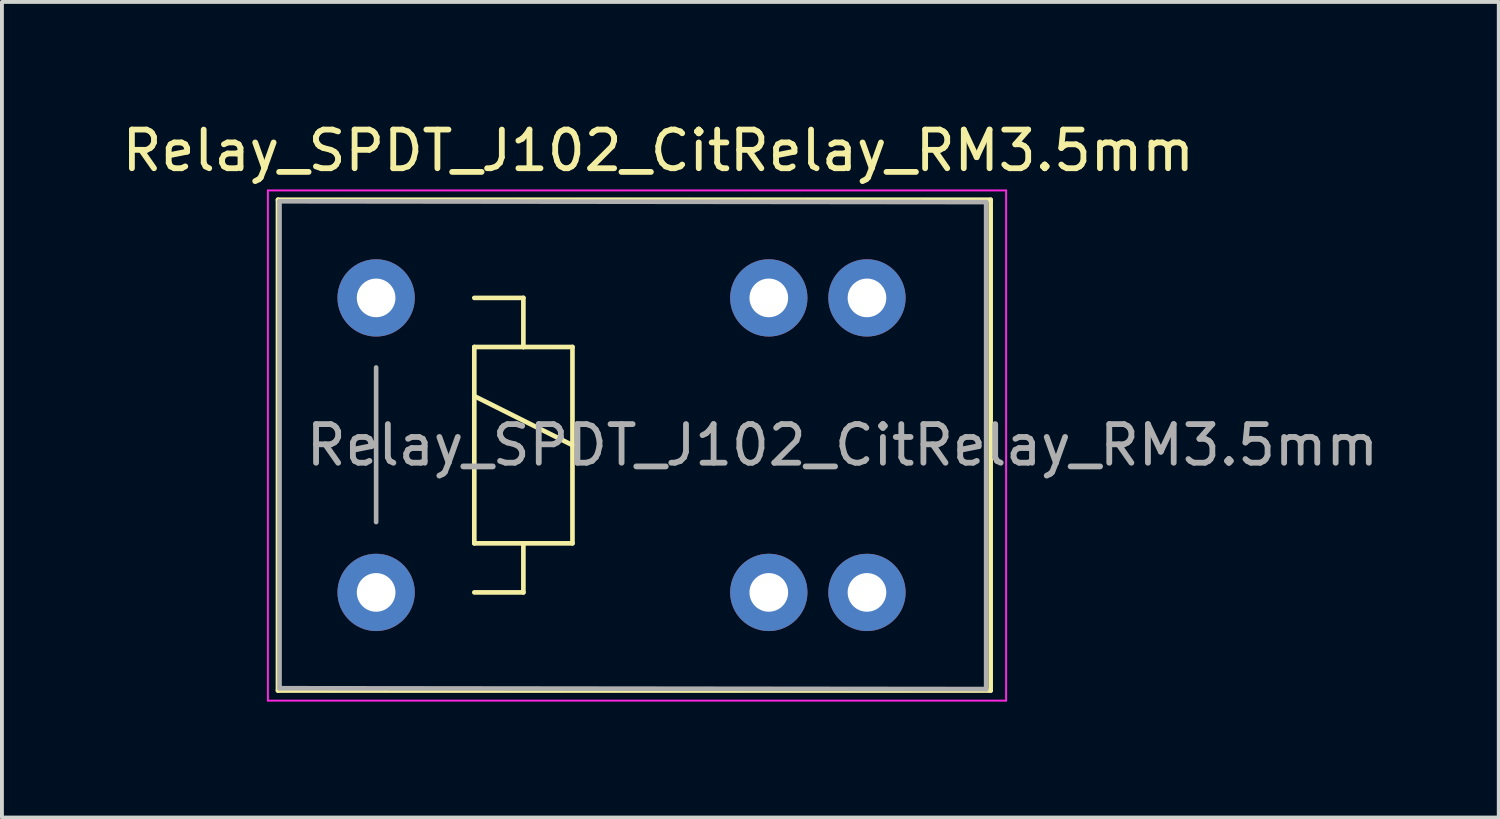
<source format=kicad_pcb>
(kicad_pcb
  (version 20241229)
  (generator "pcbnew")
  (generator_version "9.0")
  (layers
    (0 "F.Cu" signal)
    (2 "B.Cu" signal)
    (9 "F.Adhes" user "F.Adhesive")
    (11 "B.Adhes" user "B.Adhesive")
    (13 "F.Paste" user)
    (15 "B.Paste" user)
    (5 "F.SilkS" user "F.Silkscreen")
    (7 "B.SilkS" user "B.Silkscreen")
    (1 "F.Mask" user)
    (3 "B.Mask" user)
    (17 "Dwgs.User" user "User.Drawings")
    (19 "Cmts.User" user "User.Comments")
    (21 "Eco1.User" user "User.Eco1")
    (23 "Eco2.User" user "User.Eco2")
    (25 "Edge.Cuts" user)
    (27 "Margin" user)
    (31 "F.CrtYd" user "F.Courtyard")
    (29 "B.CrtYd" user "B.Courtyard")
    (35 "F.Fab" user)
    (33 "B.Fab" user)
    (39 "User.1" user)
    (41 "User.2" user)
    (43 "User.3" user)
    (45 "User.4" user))
  (footprint "Relay_SPDT_J102_CitRelay_RM3.5mm"
    (layer "F.Cu")
    (at 6.682 4.658)
    (property "Reference" "Relay_SPDT_J102_CitRelay_RM3.5mm" (at 7.3 -3.81 0) (layer "F.SilkS") (effects (font (size 1 1) (thickness 0.15))))
    (attr through_hole)
    (fp_line (start -2.54 -2.54) (end 15.9 -2.54) (stroke (width 0.12) (type solid)) (layer "F.SilkS"))
    (fp_line (start -2.54 10.16) (end -2.54 -2.54) (stroke (width 0.12) (type solid)) (layer "F.SilkS"))
    (fp_line (start 2.54 0) (end 3.81 0) (stroke (width 0.12) (type solid)) (layer "F.SilkS"))
    (fp_line (start 2.54 1.27) (end 3.81 1.27) (stroke (width 0.12) (type solid)) (layer "F.SilkS"))
    (fp_line (start 2.54 2.54) (end 5.08 3.81) (stroke (width 0.12) (type solid)) (layer "F.SilkS"))
    (fp_line (start 2.54 6.35) (end 2.54 1.27) (stroke (width 0.12) (type solid)) (layer "F.SilkS"))
    (fp_line (start 3.81 0) (end 3.81 1.27) (stroke (width 0.12) (type solid)) (layer "F.SilkS"))
    (fp_line (start 3.81 1.27) (end 5.08 1.27) (stroke (width 0.12) (type solid)) (layer "F.SilkS"))
    (fp_line (start 3.81 6.35) (end 3.81 7.62) (stroke (width 0.12) (type solid)) (layer "F.SilkS"))
    (fp_line (start 3.81 7.62) (end 2.54 7.62) (stroke (width 0.12) (type solid)) (layer "F.SilkS"))
    (fp_line (start 5.08 1.27) (end 5.08 6.35) (stroke (width 0.12) (type solid)) (layer "F.SilkS"))
    (fp_line (start 5.08 6.35) (end 2.54 6.35) (stroke (width 0.12) (type solid)) (layer "F.SilkS"))
    (fp_line (start 15.9 -2.54) (end 15.9 10.16) (stroke (width 0.12) (type solid)) (layer "F.SilkS"))
    (fp_line (start 15.9 10.16) (end -2.54 10.16) (stroke (width 0.12) (type solid)) (layer "F.SilkS"))
    (fp_line (start -2.8 -2.78) (end 16.3 -2.78) (stroke (width 0.05) (type solid)) (layer "F.CrtYd"))
    (fp_line (start -2.8 10.42) (end -2.8 -2.78) (stroke (width 0.05) (type solid)) (layer "F.CrtYd"))
    (fp_line (start 16.3 -2.78) (end 16.3 10.42) (stroke (width 0.05) (type solid)) (layer "F.CrtYd"))
    (fp_line (start 16.3 10.42) (end -2.8 10.42) (stroke (width 0.05) (type solid)) (layer "F.CrtYd"))
    (fp_line (start -2.5 -2.5) (end 15.784 -2.479) (stroke (width 0.12) (type solid)) (layer "F.Fab"))
    (fp_line (start -2.5 10.1) (end -2.5 -2.5) (stroke (width 0.12) (type solid)) (layer "F.Fab"))
    (fp_line (start 0 1.8) (end 0 5.8) (stroke (width 0.12) (type solid)) (layer "F.Fab"))
    (fp_line (start 15.784 -2.479) (end 15.784 10.121) (stroke (width 0.12) (type solid)) (layer "F.Fab"))
    (fp_line (start 15.784 10.121) (end -2.5 10.1) (stroke (width 0.12) (type solid)) (layer "F.Fab"))
    (fp_text user "${REFERENCE}" (at 12.065 3.81 0) (layer "F.Fab") (effects (font (size 1 1) (thickness 0.15))))
    (pad "11" thru_hole circle (at 10.16 0) (size 2 2) (drill 1) (layers "*.Cu" "*.Mask"))
    (pad "12" thru_hole circle (at 10.16 7.62) (size 2 2) (drill 1) (layers "*.Cu" "*.Mask"))
    (pad "13" thru_hole circle (at 12.7 0) (size 2 2) (drill 1) (layers "*.Cu" "*.Mask"))
    (pad "14" thru_hole circle (at 12.7 7.62) (size 2 2) (drill 1) (layers "*.Cu" "*.Mask"))
    (pad "A1" thru_hole circle (at 0 0) (size 2 2) (drill 1) (layers "*.Cu" "*.Mask"))
    (pad "A2" thru_hole circle (at 0 7.62) (size 2 2) (drill 1) (layers "*.Cu" "*.Mask")))
  (gr_rect
    (start -3 -3)
    (end 35.729 18.103)
    (stroke (width 0.1) (type default))
    (fill no)
    (layer "Edge.Cuts")))
</source>
